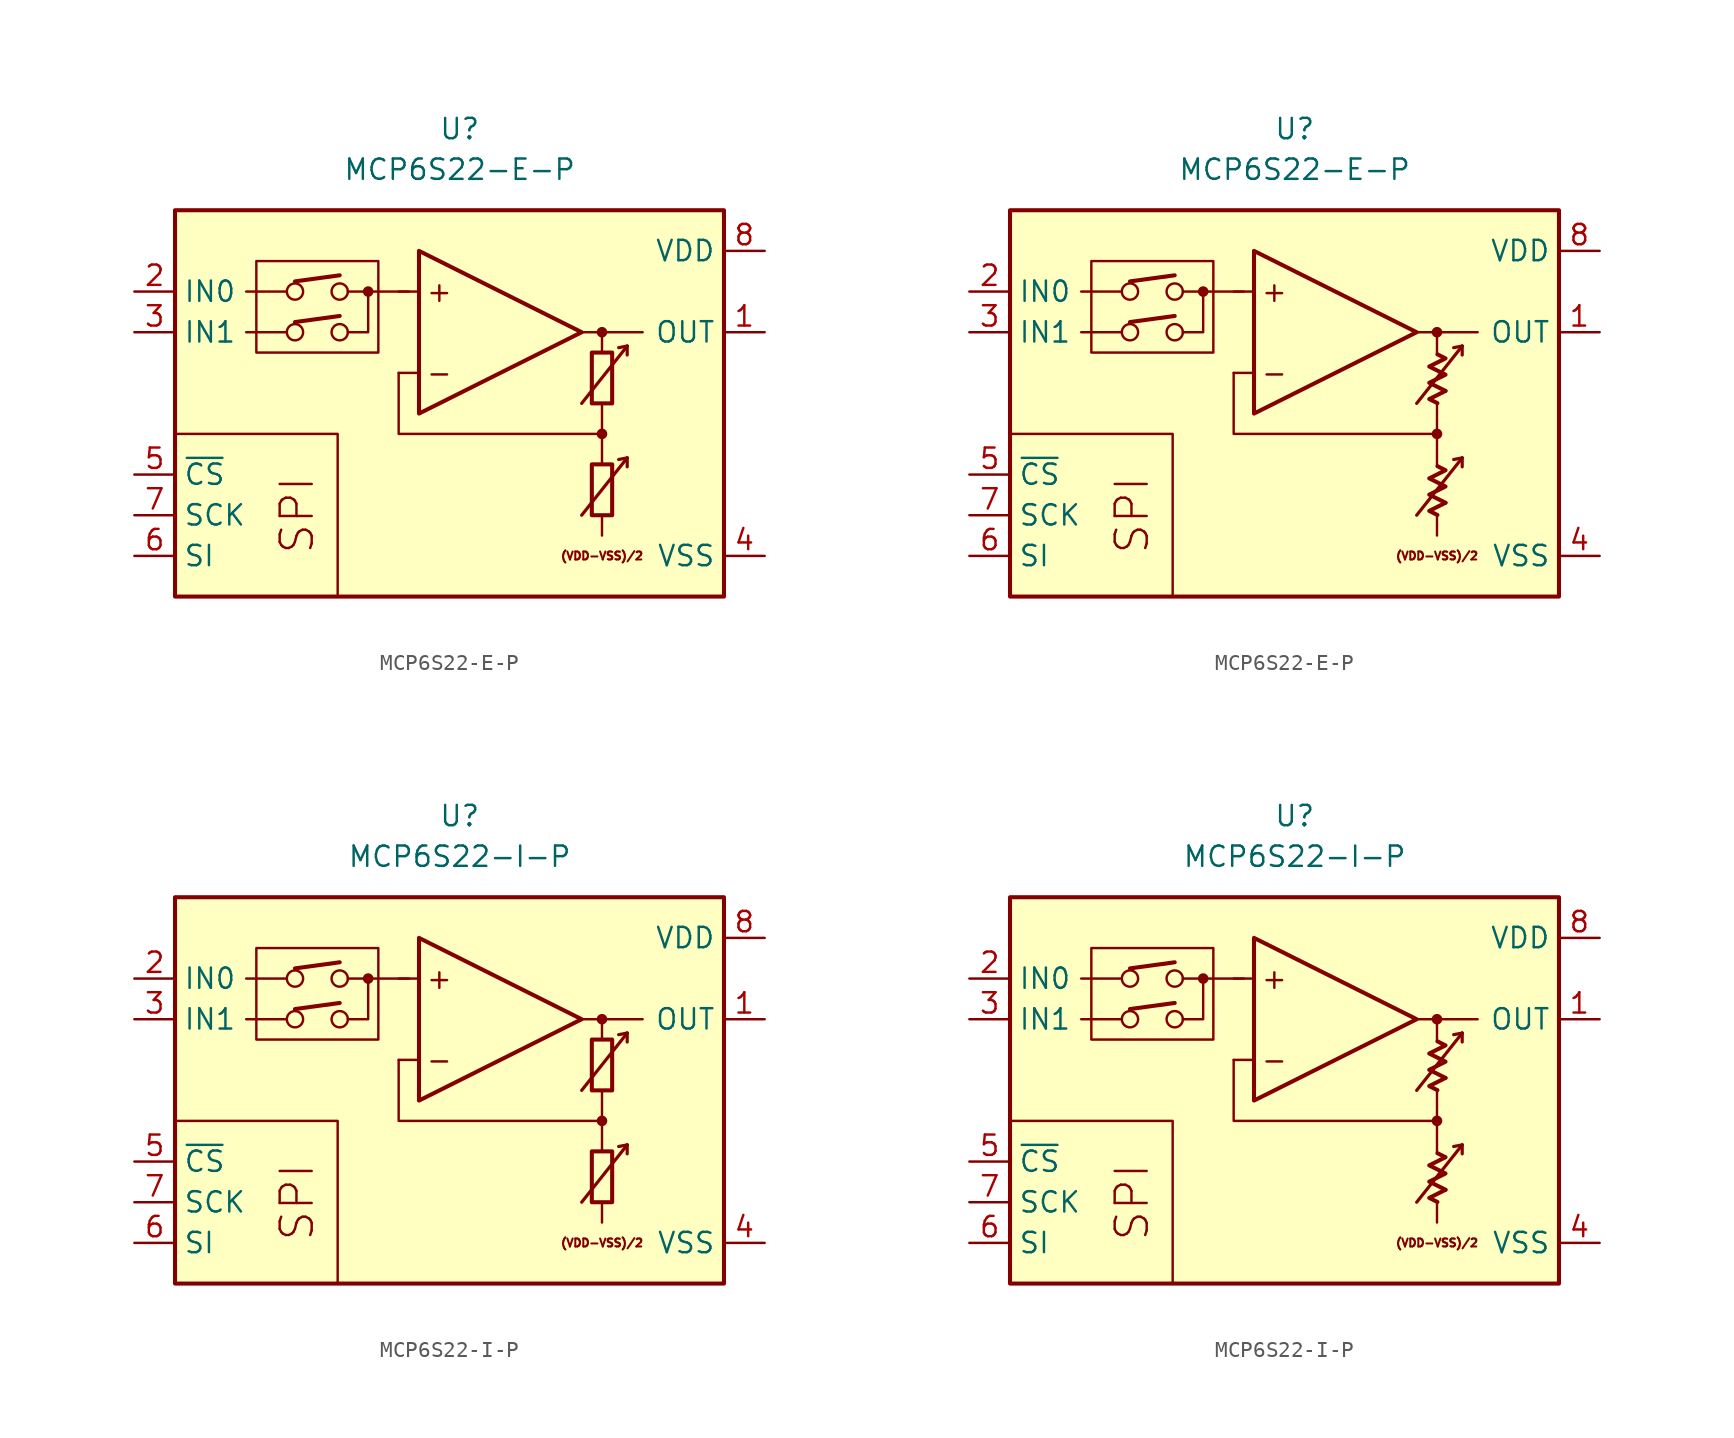
<source format=kicad_sym>
(kicad_symbol_lib
  (version 20231120)
  (generator "kicad_symbol_editor")
  (generator_version "8.0")
  (symbol "MCP6S22-E-P"
    (property "Reference" "U"
      (at 0 17.78 0)
      (effects (font (size 1.27 1.27))))
    (property "Value" "MCP6S22-E-P"
      (at 0 15.24 0)
      (effects (font (size 1.27 1.27))))
    (symbol "MCP6S22-E-P_0_0"
      (rectangle (start -17.78 12.7) (end 16.51 -11.43) (stroke (width 0.254) (type default)) (fill (type background)))
      (rectangle (start -12.7 9.525) (end -5.08 3.81) (stroke (width 0.152) (type default)) (fill (type none)))
      (circle (center -10.287 5.08) (radius 0.508) (stroke (width 0) (type default)) (fill (type none)))
      (circle (center -10.287 7.62) (radius 0.508) (stroke (width 0) (type default)) (fill (type none)))
      (circle (center -7.493 5.08) (radius 0.508) (stroke (width 0) (type default)) (fill (type none)))
      (circle (center -7.493 7.62) (radius 0.508) (stroke (width 0) (type default)) (fill (type none)))
      (circle (center -5.715 7.62) (radius 0.254) (stroke (width 0.152) (type default)) (fill (type outline)))
      (polyline (pts (xy 8.89 -3.81)) (stroke (width 0.152) (type default)) (fill (type none)))
      (polyline (pts (xy 8.89 -3.81)) (stroke (width 0.152) (type default)) (fill (type none)))
      (polyline (pts (xy 8.89 -3.175)) (stroke (width 0.152) (type default)) (fill (type none)))
      (polyline (pts (xy 8.89 3.175)) (stroke (width 0.152) (type default)) (fill (type none)))
      (polyline (pts (xy 8.89 3.81)) (stroke (width 0.152) (type default)) (fill (type none)))
      (polyline (pts (xy 8.89 3.81)) (stroke (width 0.152) (type default)) (fill (type none)))
      (polyline (pts (xy -10.795 5.08) (xy -13.335 5.08)) (stroke (width 0.152) (type default)) (fill (type none)))
      (polyline (pts (xy -10.795 7.62) (xy -13.335 7.62)) (stroke (width 0.152) (type default)) (fill (type none)))
      (polyline (pts (xy -10.287 5.715) (xy -7.493 6.096)) (stroke (width 0.254) (type default)) (fill (type none)))
      (polyline (pts (xy -10.287 8.255) (xy -7.493 8.636)) (stroke (width 0.254) (type default)) (fill (type none)))
      (polyline (pts (xy -3.175 7.62) (xy -6.985 7.62)) (stroke (width 0.152) (type default)) (fill (type none)))
      (polyline (pts (xy -2.54 2.54) (xy -3.81 2.54)) (stroke (width 0.152) (type default)) (fill (type none)))
      (polyline (pts (xy -2.54 7.62) (xy -3.81 7.62)) (stroke (width 0.152) (type default)) (fill (type none)))
      (polyline (pts (xy 7.62 5.08) (xy 11.43 5.08)) (stroke (width 0.152) (type default)) (fill (type none)))
      (polyline (pts (xy 8.89 -6.35) (xy 8.89 -7.62)) (stroke (width 0.152) (type default)) (fill (type none)))
      (polyline (pts (xy 8.89 -1.27) (xy 8.89 -3.175)) (stroke (width 0.152) (type default)) (fill (type none)))
      (polyline (pts (xy 8.89 0.635) (xy 8.89 -1.27)) (stroke (width 0.152) (type default)) (fill (type none)))
      (polyline (pts (xy 8.89 5.08) (xy 8.89 3.81)) (stroke (width 0.152) (type default)) (fill (type none)))
      (polyline (pts (xy -7.62 -11.43) (xy -7.62 -1.27) (xy -17.78 -1.27)) (stroke (width 0.152) (type default)) (fill (type none)))
      (polyline (pts (xy -6.985 5.08) (xy -5.715 5.08) (xy -5.715 7.62)) (stroke (width 0.152) (type default)) (fill (type none)))
      (polyline (pts (xy 8.89 -1.27) (xy -3.81 -1.27) (xy -3.81 2.54)) (stroke (width 0.152) (type default)) (fill (type none)))
      (circle (center 8.89 -1.27) (radius 0.254) (stroke (width 0.152) (type default)) (fill (type outline)))
      (circle (center 8.89 5.08) (radius 0.254) (stroke (width 0.152) (type default)) (fill (type outline)))
      (text "(VDD-VSS)/2" (at 8.89 -8.89 0) (effects (font (size 0.5 0.5))))
      (text "+" (at -1.27 7.62 0) (effects (font (size 1.27 1.27))))
      (text "-" (at -1.27 2.54 0) (effects (font (size 1.27 1.27))))
      (text "SPI" (at -10.16 -6.35 900) (effects (font (size 2 2)))))
    (symbol "MCP6S22-E-P_0_1"
      (rectangle (start 8.255 -3.175) (end 9.525 -6.35) (stroke (width 0.254) (type default)) (fill (type none)))
      (rectangle (start 8.255 3.81) (end 9.525 0.635) (stroke (width 0.254) (type default)) (fill (type none))))
    (symbol "MCP6S22-E-P_0_2"
      (polyline (pts (xy 9.422 -5.572) (xy 8.406 -6.08) (xy 8.915 -6.333)) (stroke (width 0.254) (type default)) (fill (type none)))
      (polyline (pts (xy 9.422 1.413) (xy 8.406 0.905) (xy 8.915 0.651)) (stroke (width 0.254) (type default)) (fill (type none)))
      (polyline (pts (xy 8.915 -3.285) (xy 9.422 -3.539) (xy 8.406 -4.048) (xy 9.422 -4.556) (xy 8.406 -5.064) (xy 9.422 -5.572)) (stroke (width 0.254) (type default)) (fill (type none)))
      (polyline (pts (xy 8.915 3.7) (xy 9.422 3.446) (xy 8.406 2.938) (xy 9.422 2.429) (xy 8.406 1.921) (xy 9.422 1.413)) (stroke (width 0.254) (type default)) (fill (type none))))
    (symbol "MCP6S22-E-P_1_0"
      (polyline (pts (xy 10.465 -2.769) (xy 9.931 -2.87)) (stroke (width 0.2) (type default)) (fill (type none)))
      (polyline (pts (xy 10.465 -2.769) (xy 10.465 -3.327)) (stroke (width 0.2) (type default)) (fill (type none)))
      (polyline (pts (xy 10.465 4.216) (xy 9.931 4.115)) (stroke (width 0.2) (type default)) (fill (type none)))
      (polyline (pts (xy 10.465 4.216) (xy 10.465 3.658)) (stroke (width 0.2) (type default)) (fill (type none)))
      (polyline (pts (xy -2.54 10.16) (xy -2.54 0) (xy 7.62 5.08) (xy -2.54 10.16)) (stroke (width 0.254) (type default)) (fill (type background)))
      (polyline (pts (xy 7.62 -6.35) (xy 10.465 -2.769) (xy 10.465 -2.769) (xy 10.465 -2.769)) (stroke (width 0.2) (type default)) (fill (type none)))
      (polyline (pts (xy 7.62 0.635) (xy 10.465 4.216) (xy 10.465 4.216) (xy 10.465 4.216)) (stroke (width 0.2) (type default)) (fill (type none))))
    (symbol "MCP6S22-E-P_1_1"
      (pin output line (at 19.05 5.08 180) (length 2.54) (name "OUT" (effects (font (size 1.27 1.27)))) (number "1" (effects (font (size 1.27 1.27)))))
      (pin input line (at -20.32 7.62 0) (length 2.54) (name "IN0" (effects (font (size 1.27 1.27)))) (number "2" (effects (font (size 1.27 1.27)))))
      (pin input line (at -20.32 5.08 0) (length 2.54) (name "IN1" (effects (font (size 1.27 1.27)))) (number "3" (effects (font (size 1.27 1.27)))))
      (pin power_in line (at 19.05 -8.89 180) (length 2.54) (name "VSS" (effects (font (size 1.27 1.27)))) (number "4" (effects (font (size 1.27 1.27)))))
      (pin input line (at -20.32 -3.81 0) (length 2.54) (name "~{CS}" (effects (font (size 1.27 1.27)))) (number "5" (effects (font (size 1.27 1.27)))))
      (pin input line (at -20.32 -8.89 0) (length 2.54) (name "SI" (effects (font (size 1.27 1.27)))) (number "6" (effects (font (size 1.27 1.27)))))
      (pin input line (at -20.32 -6.35 0) (length 2.54) (name "SCK" (effects (font (size 1.27 1.27)))) (number "7" (effects (font (size 1.27 1.27)))))
      (pin power_in line (at 19.05 10.16 180) (length 2.54) (name "VDD" (effects (font (size 1.27 1.27)))) (number "8" (effects (font (size 1.27 1.27))))))
    (symbol "MCP6S22-E-P_1_2"
      (pin output line (at 19.05 5.08 180) (length 2.54) (name "OUT" (effects (font (size 1.27 1.27)))) (number "1" (effects (font (size 1.27 1.27)))))
      (pin input line (at -20.32 7.62 0) (length 2.54) (name "IN0" (effects (font (size 1.27 1.27)))) (number "2" (effects (font (size 1.27 1.27)))))
      (pin input line (at -20.32 5.08 0) (length 2.54) (name "IN1" (effects (font (size 1.27 1.27)))) (number "3" (effects (font (size 1.27 1.27)))))
      (pin power_in line (at 19.05 -8.89 180) (length 2.54) (name "VSS" (effects (font (size 1.27 1.27)))) (number "4" (effects (font (size 1.27 1.27)))))
      (pin input line (at -20.32 -3.81 0) (length 2.54) (name "~{CS}" (effects (font (size 1.27 1.27)))) (number "5" (effects (font (size 1.27 1.27)))))
      (pin input line (at -20.32 -8.89 0) (length 2.54) (name "SI" (effects (font (size 1.27 1.27)))) (number "6" (effects (font (size 1.27 1.27)))))
      (pin input line (at -20.32 -6.35 0) (length 2.54) (name "SCK" (effects (font (size 1.27 1.27)))) (number "7" (effects (font (size 1.27 1.27)))))
      (pin power_in line (at 19.05 10.16 180) (length 2.54) (name "VDD" (effects (font (size 1.27 1.27)))) (number "8" (effects (font (size 1.27 1.27)))))))
  (symbol "MCP6S22-I-P"
    (property "Reference" "U"
      (at 0 17.78 0)
      (effects (font (size 1.27 1.27))))
    (property "Value" "MCP6S22-I-P"
      (at 0 15.24 0)
      (effects (font (size 1.27 1.27))))
    (symbol "MCP6S22-I-P_0_0"
      (rectangle (start -17.78 12.7) (end 16.51 -11.43) (stroke (width 0.254) (type default)) (fill (type background)))
      (rectangle (start -12.7 9.525) (end -5.08 3.81) (stroke (width 0.152) (type default)) (fill (type none)))
      (circle (center -10.287 5.08) (radius 0.508) (stroke (width 0) (type default)) (fill (type none)))
      (circle (center -10.287 7.62) (radius 0.508) (stroke (width 0) (type default)) (fill (type none)))
      (circle (center -7.493 5.08) (radius 0.508) (stroke (width 0) (type default)) (fill (type none)))
      (circle (center -7.493 7.62) (radius 0.508) (stroke (width 0) (type default)) (fill (type none)))
      (circle (center -5.715 7.62) (radius 0.254) (stroke (width 0.152) (type default)) (fill (type outline)))
      (polyline (pts (xy 8.89 -3.81)) (stroke (width 0.152) (type default)) (fill (type none)))
      (polyline (pts (xy 8.89 -3.81)) (stroke (width 0.152) (type default)) (fill (type none)))
      (polyline (pts (xy 8.89 -3.175)) (stroke (width 0.152) (type default)) (fill (type none)))
      (polyline (pts (xy 8.89 3.175)) (stroke (width 0.152) (type default)) (fill (type none)))
      (polyline (pts (xy 8.89 3.81)) (stroke (width 0.152) (type default)) (fill (type none)))
      (polyline (pts (xy 8.89 3.81)) (stroke (width 0.152) (type default)) (fill (type none)))
      (polyline (pts (xy -10.795 5.08) (xy -13.335 5.08)) (stroke (width 0.152) (type default)) (fill (type none)))
      (polyline (pts (xy -10.795 7.62) (xy -13.335 7.62)) (stroke (width 0.152) (type default)) (fill (type none)))
      (polyline (pts (xy -10.287 5.715) (xy -7.493 6.096)) (stroke (width 0.254) (type default)) (fill (type none)))
      (polyline (pts (xy -10.287 8.255) (xy -7.493 8.636)) (stroke (width 0.254) (type default)) (fill (type none)))
      (polyline (pts (xy -3.175 7.62) (xy -6.985 7.62)) (stroke (width 0.152) (type default)) (fill (type none)))
      (polyline (pts (xy -2.54 2.54) (xy -3.81 2.54)) (stroke (width 0.152) (type default)) (fill (type none)))
      (polyline (pts (xy -2.54 7.62) (xy -3.81 7.62)) (stroke (width 0.152) (type default)) (fill (type none)))
      (polyline (pts (xy 7.62 5.08) (xy 11.43 5.08)) (stroke (width 0.152) (type default)) (fill (type none)))
      (polyline (pts (xy 8.89 -6.35) (xy 8.89 -7.62)) (stroke (width 0.152) (type default)) (fill (type none)))
      (polyline (pts (xy 8.89 -1.27) (xy 8.89 -3.175)) (stroke (width 0.152) (type default)) (fill (type none)))
      (polyline (pts (xy 8.89 0.635) (xy 8.89 -1.27)) (stroke (width 0.152) (type default)) (fill (type none)))
      (polyline (pts (xy 8.89 5.08) (xy 8.89 3.81)) (stroke (width 0.152) (type default)) (fill (type none)))
      (polyline (pts (xy -7.62 -11.43) (xy -7.62 -1.27) (xy -17.78 -1.27)) (stroke (width 0.152) (type default)) (fill (type none)))
      (polyline (pts (xy -6.985 5.08) (xy -5.715 5.08) (xy -5.715 7.62)) (stroke (width 0.152) (type default)) (fill (type none)))
      (polyline (pts (xy 8.89 -1.27) (xy -3.81 -1.27) (xy -3.81 2.54)) (stroke (width 0.152) (type default)) (fill (type none)))
      (circle (center 8.89 -1.27) (radius 0.254) (stroke (width 0.152) (type default)) (fill (type outline)))
      (circle (center 8.89 5.08) (radius 0.254) (stroke (width 0.152) (type default)) (fill (type outline)))
      (text "(VDD-VSS)/2" (at 8.89 -8.89 0) (effects (font (size 0.5 0.5))))
      (text "+" (at -1.27 7.62 0) (effects (font (size 1.27 1.27))))
      (text "-" (at -1.27 2.54 0) (effects (font (size 1.27 1.27))))
      (text "SPI" (at -10.16 -6.35 900) (effects (font (size 2 2)))))
    (symbol "MCP6S22-I-P_0_1"
      (rectangle (start 8.255 -3.175) (end 9.525 -6.35) (stroke (width 0.254) (type default)) (fill (type none)))
      (rectangle (start 8.255 3.81) (end 9.525 0.635) (stroke (width 0.254) (type default)) (fill (type none))))
    (symbol "MCP6S22-I-P_0_2"
      (polyline (pts (xy 9.422 -5.572) (xy 8.406 -6.08) (xy 8.915 -6.333)) (stroke (width 0.254) (type default)) (fill (type none)))
      (polyline (pts (xy 9.422 1.413) (xy 8.406 0.905) (xy 8.915 0.651)) (stroke (width 0.254) (type default)) (fill (type none)))
      (polyline (pts (xy 8.915 -3.285) (xy 9.422 -3.539) (xy 8.406 -4.048) (xy 9.422 -4.556) (xy 8.406 -5.064) (xy 9.422 -5.572)) (stroke (width 0.254) (type default)) (fill (type none)))
      (polyline (pts (xy 8.915 3.7) (xy 9.422 3.446) (xy 8.406 2.938) (xy 9.422 2.429) (xy 8.406 1.921) (xy 9.422 1.413)) (stroke (width 0.254) (type default)) (fill (type none))))
    (symbol "MCP6S22-I-P_1_0"
      (polyline (pts (xy 10.465 -2.769) (xy 9.931 -2.87)) (stroke (width 0.2) (type default)) (fill (type none)))
      (polyline (pts (xy 10.465 -2.769) (xy 10.465 -3.327)) (stroke (width 0.2) (type default)) (fill (type none)))
      (polyline (pts (xy 10.465 4.216) (xy 9.931 4.115)) (stroke (width 0.2) (type default)) (fill (type none)))
      (polyline (pts (xy 10.465 4.216) (xy 10.465 3.658)) (stroke (width 0.2) (type default)) (fill (type none)))
      (polyline (pts (xy -2.54 10.16) (xy -2.54 0) (xy 7.62 5.08) (xy -2.54 10.16)) (stroke (width 0.254) (type default)) (fill (type background)))
      (polyline (pts (xy 7.62 -6.35) (xy 10.465 -2.769) (xy 10.465 -2.769) (xy 10.465 -2.769)) (stroke (width 0.2) (type default)) (fill (type none)))
      (polyline (pts (xy 7.62 0.635) (xy 10.465 4.216) (xy 10.465 4.216) (xy 10.465 4.216)) (stroke (width 0.2) (type default)) (fill (type none))))
    (symbol "MCP6S22-I-P_1_1"
      (pin output line (at 19.05 5.08 180) (length 2.54) (name "OUT" (effects (font (size 1.27 1.27)))) (number "1" (effects (font (size 1.27 1.27)))))
      (pin input line (at -20.32 7.62 0) (length 2.54) (name "IN0" (effects (font (size 1.27 1.27)))) (number "2" (effects (font (size 1.27 1.27)))))
      (pin input line (at -20.32 5.08 0) (length 2.54) (name "IN1" (effects (font (size 1.27 1.27)))) (number "3" (effects (font (size 1.27 1.27)))))
      (pin power_in line (at 19.05 -8.89 180) (length 2.54) (name "VSS" (effects (font (size 1.27 1.27)))) (number "4" (effects (font (size 1.27 1.27)))))
      (pin input line (at -20.32 -3.81 0) (length 2.54) (name "~{CS}" (effects (font (size 1.27 1.27)))) (number "5" (effects (font (size 1.27 1.27)))))
      (pin input line (at -20.32 -8.89 0) (length 2.54) (name "SI" (effects (font (size 1.27 1.27)))) (number "6" (effects (font (size 1.27 1.27)))))
      (pin input line (at -20.32 -6.35 0) (length 2.54) (name "SCK" (effects (font (size 1.27 1.27)))) (number "7" (effects (font (size 1.27 1.27)))))
      (pin power_in line (at 19.05 10.16 180) (length 2.54) (name "VDD" (effects (font (size 1.27 1.27)))) (number "8" (effects (font (size 1.27 1.27))))))
    (symbol "MCP6S22-I-P_1_2"
      (pin output line (at 19.05 5.08 180) (length 2.54) (name "OUT" (effects (font (size 1.27 1.27)))) (number "1" (effects (font (size 1.27 1.27)))))
      (pin input line (at -20.32 7.62 0) (length 2.54) (name "IN0" (effects (font (size 1.27 1.27)))) (number "2" (effects (font (size 1.27 1.27)))))
      (pin input line (at -20.32 5.08 0) (length 2.54) (name "IN1" (effects (font (size 1.27 1.27)))) (number "3" (effects (font (size 1.27 1.27)))))
      (pin power_in line (at 19.05 -8.89 180) (length 2.54) (name "VSS" (effects (font (size 1.27 1.27)))) (number "4" (effects (font (size 1.27 1.27)))))
      (pin input line (at -20.32 -3.81 0) (length 2.54) (name "~{CS}" (effects (font (size 1.27 1.27)))) (number "5" (effects (font (size 1.27 1.27)))))
      (pin input line (at -20.32 -8.89 0) (length 2.54) (name "SI" (effects (font (size 1.27 1.27)))) (number "6" (effects (font (size 1.27 1.27)))))
      (pin input line (at -20.32 -6.35 0) (length 2.54) (name "SCK" (effects (font (size 1.27 1.27)))) (number "7" (effects (font (size 1.27 1.27)))))
      (pin power_in line (at 19.05 10.16 180) (length 2.54) (name "VDD" (effects (font (size 1.27 1.27)))) (number "8" (effects (font (size 1.27 1.27))))))))
</source>
